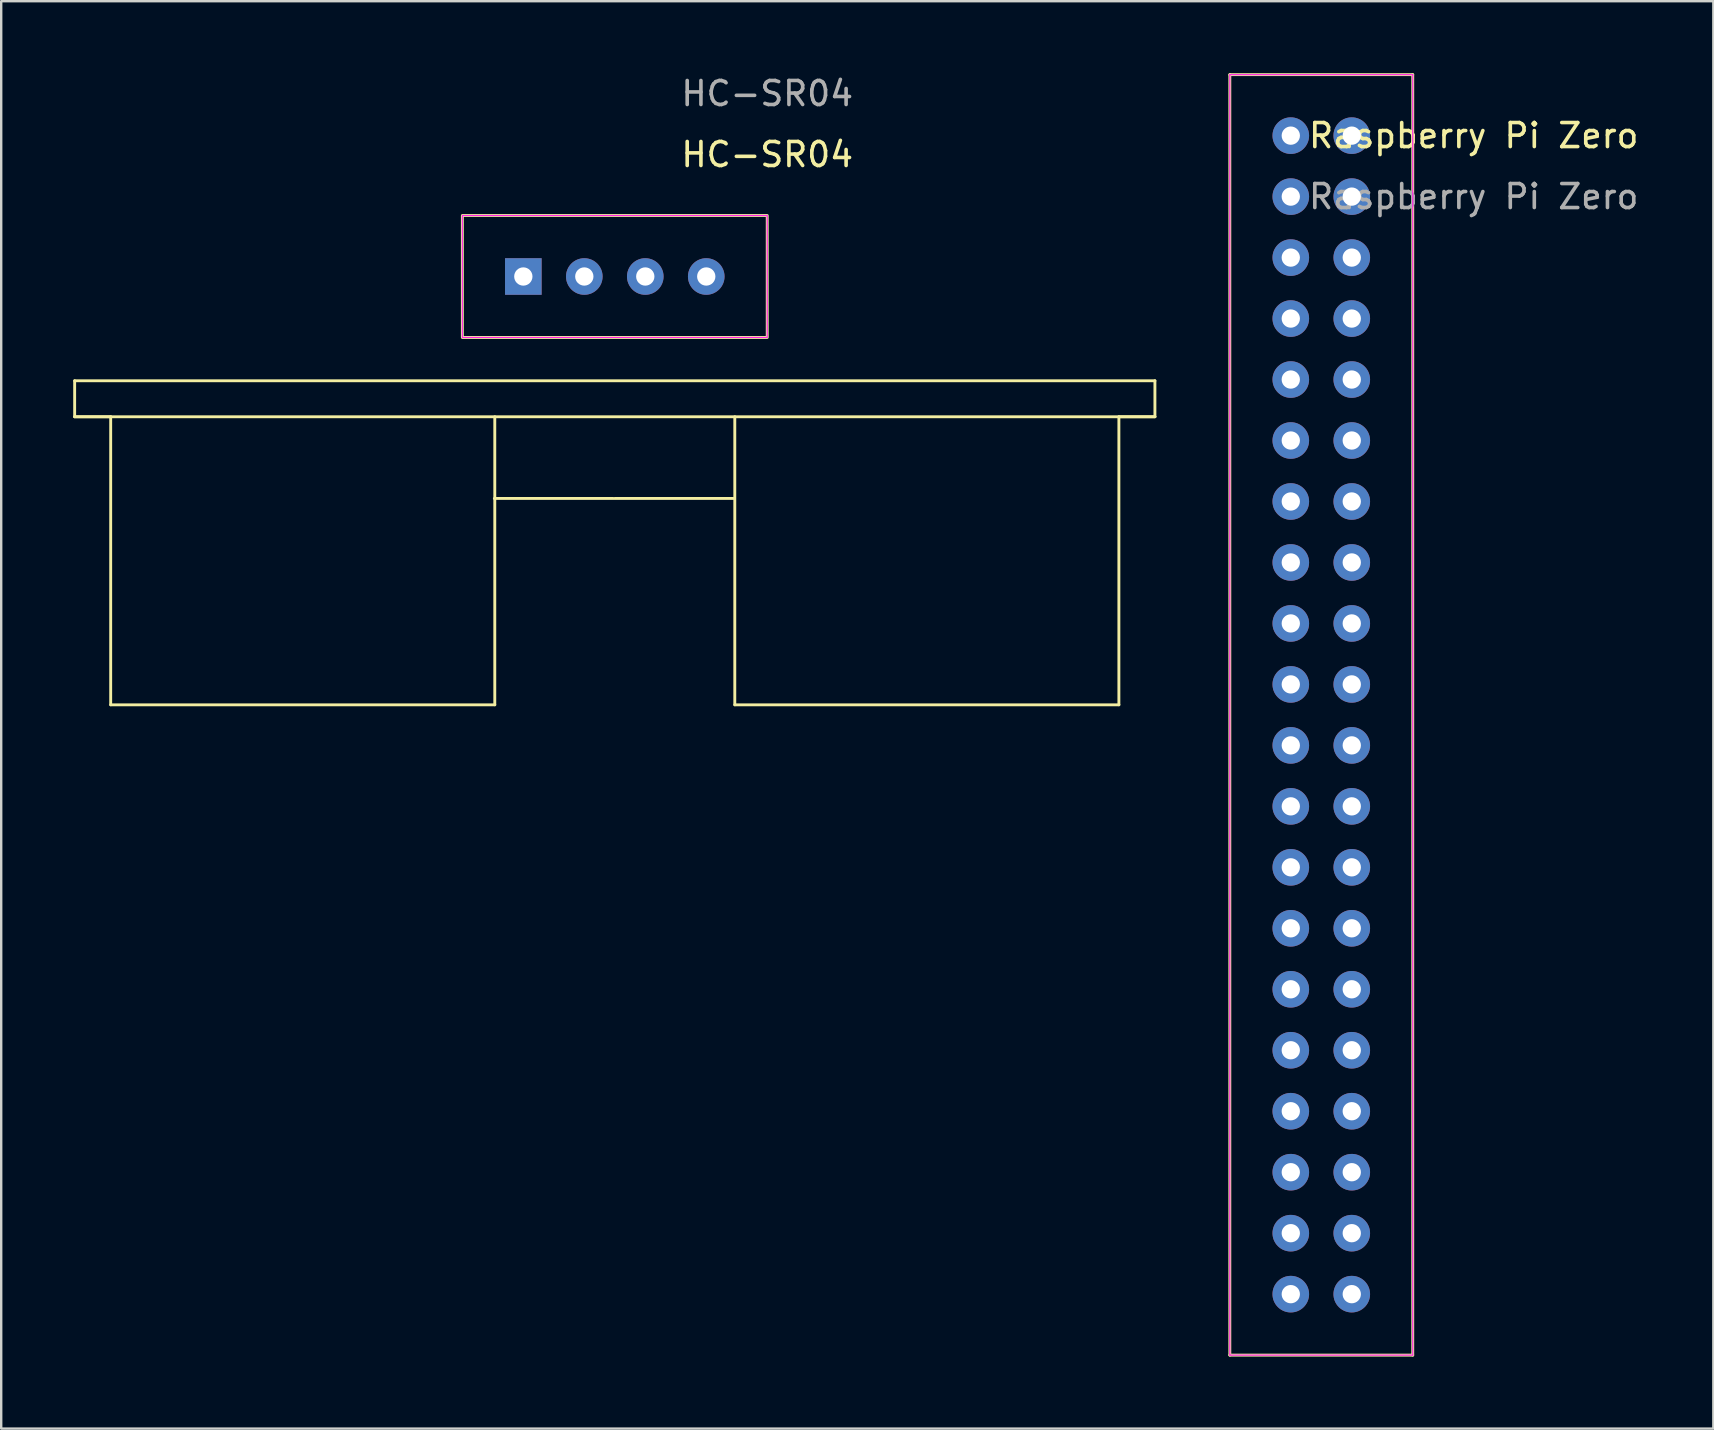
<source format=kicad_pcb>
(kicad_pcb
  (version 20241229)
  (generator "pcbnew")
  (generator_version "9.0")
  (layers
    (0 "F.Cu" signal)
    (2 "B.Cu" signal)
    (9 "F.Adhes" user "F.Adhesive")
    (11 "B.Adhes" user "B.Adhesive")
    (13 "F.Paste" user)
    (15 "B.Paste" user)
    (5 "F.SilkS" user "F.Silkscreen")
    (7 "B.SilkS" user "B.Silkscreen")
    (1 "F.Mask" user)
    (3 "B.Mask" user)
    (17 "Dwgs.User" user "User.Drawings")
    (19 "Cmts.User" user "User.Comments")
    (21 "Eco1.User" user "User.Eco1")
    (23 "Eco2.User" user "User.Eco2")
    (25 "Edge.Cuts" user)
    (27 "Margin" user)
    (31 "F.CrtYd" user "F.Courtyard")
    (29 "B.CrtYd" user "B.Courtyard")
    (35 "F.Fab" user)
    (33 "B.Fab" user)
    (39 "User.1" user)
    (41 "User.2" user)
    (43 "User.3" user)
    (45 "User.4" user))
  (footprint "HC-SR04"
    (layer "F.Cu")
    (at 18.75 8.468)
    (property "Reference" "HC-SR04" (at 10.16 -5.08 0) (unlocked yes) (layer "F.SilkS") (effects (font (size 1 1) (thickness 0.15))))
    (attr through_hole)
    (fp_line (start -18.69 4.343) (end -18.69 5.842) (stroke (width 0.12) (type solid)) (layer "F.SilkS"))
    (fp_line (start -18.69 5.842) (end -17.189 5.842) (stroke (width 0.12) (type solid)) (layer "F.SilkS"))
    (fp_line (start -18.69 5.842) (end 26.31 5.842) (stroke (width 0.12) (type solid)) (layer "F.SilkS"))
    (fp_line (start -17.189 5.842) (end -17.189 17.842) (stroke (width 0.12) (type solid)) (layer "F.SilkS"))
    (fp_line (start -17.189 17.842) (end -1.189 17.842) (stroke (width 0.12) (type solid)) (layer "F.SilkS"))
    (fp_line (start -1.206 9.246) (end 3.747 9.246) (stroke (width 0.12) (type solid)) (layer "F.SilkS"))
    (fp_line (start -1.189 5.842) (end -1.189 17.842) (stroke (width 0.12) (type solid)) (layer "F.SilkS"))
    (fp_line (start 3.81 9.246) (end 8.763 9.246) (stroke (width 0.12) (type solid)) (layer "F.SilkS"))
    (fp_line (start 8.809 5.842) (end 8.809 17.842) (stroke (width 0.12) (type solid)) (layer "F.SilkS"))
    (fp_line (start 8.809 17.842) (end 24.809 17.842) (stroke (width 0.12) (type solid)) (layer "F.SilkS"))
    (fp_line (start 24.809 5.842) (end 24.809 17.842) (stroke (width 0.12) (type solid)) (layer "F.SilkS"))
    (fp_line (start 24.809 5.842) (end 26.31 5.842) (stroke (width 0.12) (type solid)) (layer "F.SilkS"))
    (fp_line (start 26.31 4.343) (end -18.69 4.343) (stroke (width 0.12) (type solid)) (layer "F.SilkS"))
    (fp_line (start 26.31 4.343) (end 26.31 5.842) (stroke (width 0.12) (type solid)) (layer "F.SilkS"))
    (fp_rect (start 10.16 -2.54) (end -2.54 2.54) (stroke (width 0.12) (type solid)) (fill no) (layer "F.SilkS"))
    (fp_rect (start -2.54 -2.54) (end 10.16 2.54) (stroke (width 0.05) (type solid)) (fill no) (layer "F.CrtYd"))
    (fp_text user "${REFERENCE}" (at 10.16 -7.62 0) (unlocked yes) (layer "F.Fab") (effects (font (size 1 1) (thickness 0.15))))
    (pad "1" thru_hole rect (at 0 0) (size 1.524 1.524) (drill 0.762) (layers "*.Cu" "*.Mask"))
    (pad "2" thru_hole circle (at 2.54 0) (size 1.524 1.524) (drill 0.762) (layers "*.Cu" "*.Mask"))
    (pad "3" thru_hole circle (at 5.08 0) (size 1.524 1.524) (drill 0.762) (layers "*.Cu" "*.Mask"))
    (pad "4" thru_hole circle (at 7.62 0) (size 1.524 1.524) (drill 0.762) (layers "*.Cu" "*.Mask")))
  (footprint "Raspberry Pi Zero"
    (layer "F.Cu")
    (at 50.72 50.86)
    (property "Reference" "Raspberry Pi Zero" (at 7.62 -48.26 0) (unlocked yes) (layer "F.SilkS") (effects (font (size 1 1) (thickness 0.15))))
    (attr through_hole)
    (fp_line (start -2.54 -50.8) (end -2.54 2.54) (stroke (width 0.12) (type solid)) (layer "F.SilkS"))
    (fp_line (start -2.54 2.54) (end 5.08 2.54) (stroke (width 0.12) (type solid)) (layer "F.SilkS"))
    (fp_line (start 5.08 -50.8) (end -2.54 -50.8) (stroke (width 0.12) (type solid)) (layer "F.SilkS"))
    (fp_line (start 5.08 2.54) (end 5.08 -50.8) (stroke (width 0.12) (type solid)) (layer "F.SilkS"))
    (fp_line (start -2.54 -50.8) (end 5.08 -50.8) (stroke (width 0.05) (type solid)) (layer "F.CrtYd"))
    (fp_line (start -2.54 2.54) (end -2.54 -50.8) (stroke (width 0.05) (type solid)) (layer "F.CrtYd"))
    (fp_line (start 5.08 -50.8) (end 5.08 2.54) (stroke (width 0.05) (type solid)) (layer "F.CrtYd"))
    (fp_line (start 5.08 2.54) (end -2.54 2.54) (stroke (width 0.05) (type solid)) (layer "F.CrtYd"))
    (fp_text user "${REFERENCE}" (at 7.62 -45.72 0) (unlocked yes) (layer "F.Fab") (effects (font (size 1 1) (thickness 0.15))))
    (pad "1" thru_hole circle (at 0 0) (size 1.524 1.524) (drill 0.762) (layers "*.Cu" "*.Mask"))
    (pad "2" thru_hole circle (at 2.54 0) (size 1.524 1.524) (drill 0.762) (layers "*.Cu" "*.Mask"))
    (pad "3" thru_hole circle (at 0 -2.54) (size 1.524 1.524) (drill 0.762) (layers "*.Cu" "*.Mask"))
    (pad "4" thru_hole circle (at 2.54 -2.54) (size 1.524 1.524) (drill 0.762) (layers "*.Cu" "*.Mask"))
    (pad "5" thru_hole circle (at 0 -5.08) (size 1.524 1.524) (drill 0.762) (layers "*.Cu" "*.Mask"))
    (pad "6" thru_hole circle (at 2.54 -5.08) (size 1.524 1.524) (drill 0.762) (layers "*.Cu" "*.Mask"))
    (pad "7" thru_hole circle (at 0 -7.62) (size 1.524 1.524) (drill 0.762) (layers "*.Cu" "*.Mask"))
    (pad "8" thru_hole circle (at 2.54 -7.62) (size 1.524 1.524) (drill 0.762) (layers "*.Cu" "*.Mask"))
    (pad "9" thru_hole circle (at 0 -10.16) (size 1.524 1.524) (drill 0.762) (layers "*.Cu" "*.Mask"))
    (pad "10" thru_hole circle (at 2.54 -10.16) (size 1.524 1.524) (drill 0.762) (layers "*.Cu" "*.Mask"))
    (pad "11" thru_hole circle (at 0 -12.7) (size 1.524 1.524) (drill 0.762) (layers "*.Cu" "*.Mask"))
    (pad "12" thru_hole circle (at 2.54 -12.7) (size 1.524 1.524) (drill 0.762) (layers "*.Cu" "*.Mask"))
    (pad "13" thru_hole circle (at 0 -15.24) (size 1.524 1.524) (drill 0.762) (layers "*.Cu" "*.Mask"))
    (pad "14" thru_hole circle (at 2.54 -15.24) (size 1.524 1.524) (drill 0.762) (layers "*.Cu" "*.Mask"))
    (pad "15" thru_hole circle (at 0 -17.78) (size 1.524 1.524) (drill 0.762) (layers "*.Cu" "*.Mask"))
    (pad "16" thru_hole circle (at 2.54 -17.78) (size 1.524 1.524) (drill 0.762) (layers "*.Cu" "*.Mask"))
    (pad "17" thru_hole circle (at 0 -20.32) (size 1.524 1.524) (drill 0.762) (layers "*.Cu" "*.Mask"))
    (pad "18" thru_hole circle (at 2.54 -20.32) (size 1.524 1.524) (drill 0.762) (layers "*.Cu" "*.Mask"))
    (pad "19" thru_hole circle (at 0 -22.86) (size 1.524 1.524) (drill 0.762) (layers "*.Cu" "*.Mask"))
    (pad "20" thru_hole circle (at 2.54 -22.86) (size 1.524 1.524) (drill 0.762) (layers "*.Cu" "*.Mask"))
    (pad "21" thru_hole circle (at 0 -25.4) (size 1.524 1.524) (drill 0.762) (layers "*.Cu" "*.Mask"))
    (pad "22" thru_hole circle (at 2.54 -25.4) (size 1.524 1.524) (drill 0.762) (layers "*.Cu" "*.Mask"))
    (pad "23" thru_hole circle (at 0 -27.94) (size 1.524 1.524) (drill 0.762) (layers "*.Cu" "*.Mask"))
    (pad "24" thru_hole circle (at 2.54 -27.94) (size 1.524 1.524) (drill 0.762) (layers "*.Cu" "*.Mask"))
    (pad "25" thru_hole circle (at 0 -30.48) (size 1.524 1.524) (drill 0.762) (layers "*.Cu" "*.Mask"))
    (pad "26" thru_hole circle (at 2.54 -30.48) (size 1.524 1.524) (drill 0.762) (layers "*.Cu" "*.Mask"))
    (pad "27" thru_hole circle (at 0 -33.02) (size 1.524 1.524) (drill 0.762) (layers "*.Cu" "*.Mask"))
    (pad "28" thru_hole circle (at 2.54 -33.02) (size 1.524 1.524) (drill 0.762) (layers "*.Cu" "*.Mask"))
    (pad "29" thru_hole circle (at 0 -35.56) (size 1.524 1.524) (drill 0.762) (layers "*.Cu" "*.Mask"))
    (pad "30" thru_hole circle (at 2.54 -35.56) (size 1.524 1.524) (drill 0.762) (layers "*.Cu" "*.Mask"))
    (pad "31" thru_hole circle (at 0 -38.1) (size 1.524 1.524) (drill 0.762) (layers "*.Cu" "*.Mask"))
    (pad "32" thru_hole circle (at 2.54 -38.1) (size 1.524 1.524) (drill 0.762) (layers "*.Cu" "*.Mask"))
    (pad "33" thru_hole circle (at 0 -40.64) (size 1.524 1.524) (drill 0.762) (layers "*.Cu" "*.Mask"))
    (pad "34" thru_hole circle (at 2.54 -40.64) (size 1.524 1.524) (drill 0.762) (layers "*.Cu" "*.Mask"))
    (pad "35" thru_hole circle (at 0 -43.18) (size 1.524 1.524) (drill 0.762) (layers "*.Cu" "*.Mask"))
    (pad "36" thru_hole circle (at 2.54 -43.18) (size 1.524 1.524) (drill 0.762) (layers "*.Cu" "*.Mask"))
    (pad "37" thru_hole circle (at 0 -45.72) (size 1.524 1.524) (drill 0.762) (layers "*.Cu" "*.Mask"))
    (pad "38" thru_hole circle (at 2.54 -45.72) (size 1.524 1.524) (drill 0.762) (layers "*.Cu" "*.Mask"))
    (pad "39" thru_hole circle (at 0 -48.26) (size 1.524 1.524) (drill 0.762) (layers "*.Cu" "*.Mask"))
    (pad "40" thru_hole circle (at 2.54 -48.26) (size 1.524 1.524) (drill 0.762) (layers "*.Cu" "*.Mask")))
  (gr_rect
    (start -3 -3)
    (end 68.322 56.46)
    (stroke (width 0.1) (type default))
    (fill no)
    (layer "Edge.Cuts")))
</source>
